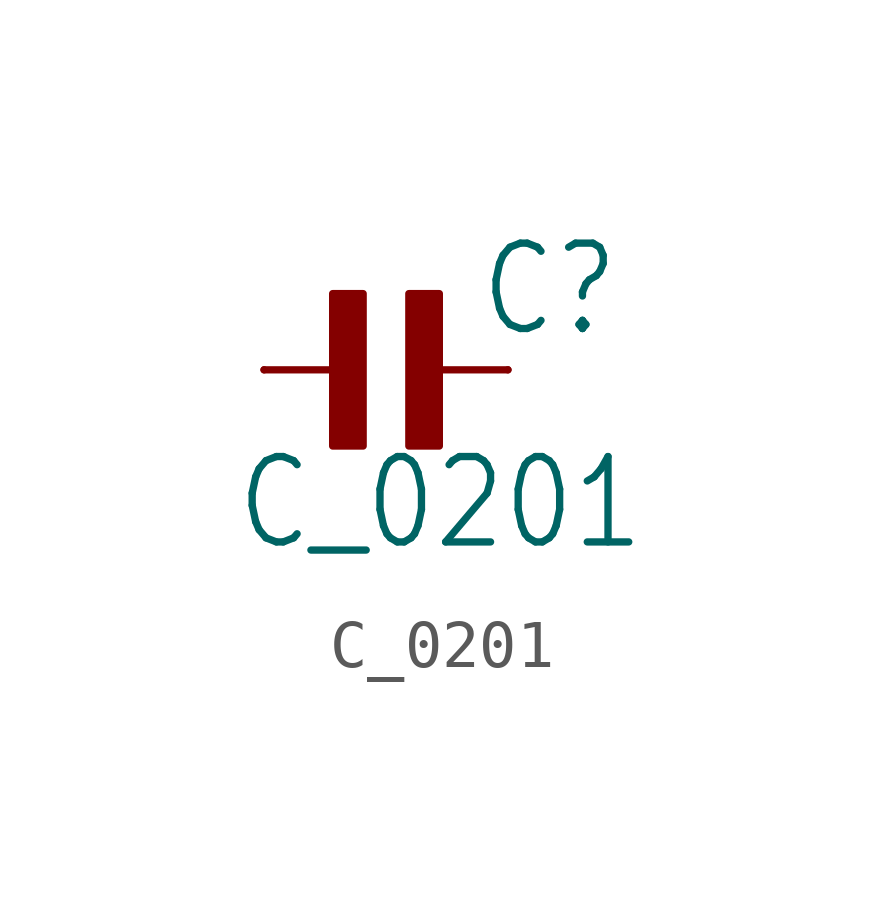
<source format=kicad_sym>
(kicad_symbol_lib
  (version 20211014)
  (generator kicad_symbol_editor)
  (symbol "C_0201"
    (property "Reference" "C"
      (at 1.905 0.635 0)
      (effects (font (size 1.778 1.511)) (justify left bottom)))
    (property "Value" "C_0201"
      (at -3.175 -3.81 0)
      (effects (font (size 1.778 1.511)) (justify left bottom)))
    (property "ki_locked" ""
      (at 0 0 0)
      (effects (font (size 1.27 1.27))))
    (symbol "C_0201_1_0"
      (rectangle (start -1.111 -1.587) (end -0.476 1.587) (stroke (width 0) (type default) (color 0 0 0 0)) (fill (type outline)))
      (polyline (pts (xy -2.54 0) (xy -0.635 0)) (stroke (width 0.152) (type default) (color 0 0 0 0)) (fill (type none)))
      (polyline (pts (xy 2.54 0) (xy 0.635 0)) (stroke (width 0.152) (type default) (color 0 0 0 0)) (fill (type none)))
      (rectangle (start 0.476 -1.587) (end 1.111 1.587) (stroke (width 0) (type default) (color 0 0 0 0)) (fill (type outline)))
      (pin passive line (at -2.54 0 0) (length 0) (name "1" (effects (font (size 0 0)))) (number "1" (effects (font (size 0 0)))))
      (pin passive line (at 2.54 0 180) (length 0) (name "2" (effects (font (size 0 0)))) (number "2" (effects (font (size 0 0))))))))
</source>
